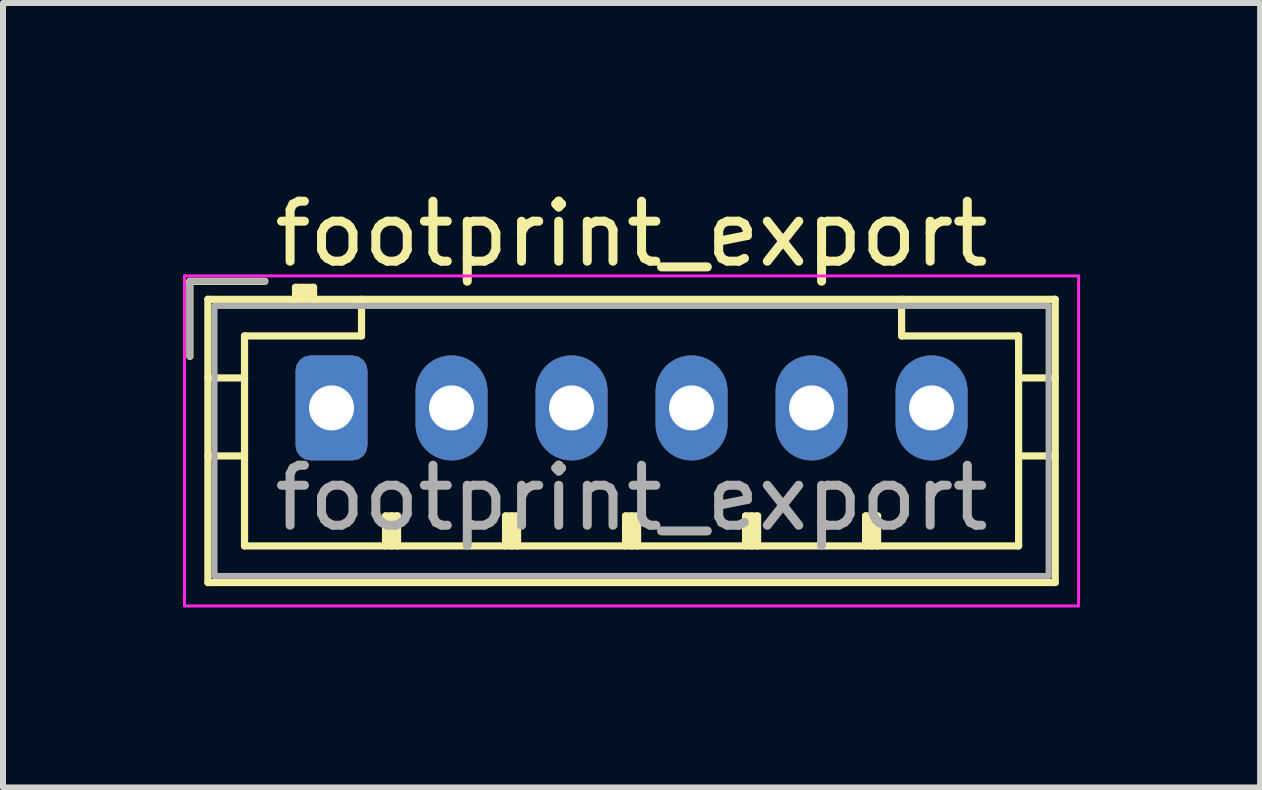
<source format=kicad_pcb>
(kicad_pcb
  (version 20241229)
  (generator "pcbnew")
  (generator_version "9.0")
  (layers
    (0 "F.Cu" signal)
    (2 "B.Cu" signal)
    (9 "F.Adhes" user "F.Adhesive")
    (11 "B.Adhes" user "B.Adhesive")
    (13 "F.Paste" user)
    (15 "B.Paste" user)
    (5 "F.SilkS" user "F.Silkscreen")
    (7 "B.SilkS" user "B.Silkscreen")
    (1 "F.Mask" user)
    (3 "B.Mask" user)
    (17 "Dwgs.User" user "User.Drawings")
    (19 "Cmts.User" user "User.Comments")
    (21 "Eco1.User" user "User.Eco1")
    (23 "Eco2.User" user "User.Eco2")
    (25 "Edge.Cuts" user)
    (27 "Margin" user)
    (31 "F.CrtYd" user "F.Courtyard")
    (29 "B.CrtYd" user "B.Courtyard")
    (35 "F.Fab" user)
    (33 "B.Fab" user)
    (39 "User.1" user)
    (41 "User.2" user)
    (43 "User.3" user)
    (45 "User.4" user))
  (footprint "footprint_export"
    (layer "F.Cu")
    (at 2.475 3.748)
    (property "Reference" "footprint_export" (at 5 -2.9 0) (layer "F.SilkS") (effects (font (size 1 1) (thickness 0.15))))
    (attr through_hole)
    (fp_line (start -2.36 -2.11) (end -2.36 -0.86) (stroke (width 0.12) (type solid)) (layer "F.SilkS"))
    (fp_line (start -2.06 -1.81) (end -2.06 2.91) (stroke (width 0.12) (type solid)) (layer "F.SilkS"))
    (fp_line (start -2.06 -0.5) (end -1.45 -0.5) (stroke (width 0.12) (type solid)) (layer "F.SilkS"))
    (fp_line (start -2.06 0.8) (end -1.45 0.8) (stroke (width 0.12) (type solid)) (layer "F.SilkS"))
    (fp_line (start -2.06 2.91) (end 12.06 2.91) (stroke (width 0.12) (type solid)) (layer "F.SilkS"))
    (fp_line (start -1.45 -1.2) (end -1.45 2.3) (stroke (width 0.12) (type solid)) (layer "F.SilkS"))
    (fp_line (start -1.45 2.3) (end 11.45 2.3) (stroke (width 0.12) (type solid)) (layer "F.SilkS"))
    (fp_line (start -1.11 -2.11) (end -2.36 -2.11) (stroke (width 0.12) (type solid)) (layer "F.SilkS"))
    (fp_line (start -0.6 -2.01) (end -0.6 -1.81) (stroke (width 0.12) (type solid)) (layer "F.SilkS"))
    (fp_line (start -0.3 -2.01) (end -0.6 -2.01) (stroke (width 0.12) (type solid)) (layer "F.SilkS"))
    (fp_line (start -0.3 -1.91) (end -0.6 -1.91) (stroke (width 0.12) (type solid)) (layer "F.SilkS"))
    (fp_line (start -0.3 -1.81) (end -0.3 -2.01) (stroke (width 0.12) (type solid)) (layer "F.SilkS"))
    (fp_line (start 0.5 -1.81) (end 0.5 -1.2) (stroke (width 0.12) (type solid)) (layer "F.SilkS"))
    (fp_line (start 0.5 -1.2) (end -1.45 -1.2) (stroke (width 0.12) (type solid)) (layer "F.SilkS"))
    (fp_line (start 0.9 1.8) (end 1.1 1.8) (stroke (width 0.12) (type solid)) (layer "F.SilkS"))
    (fp_line (start 0.9 2.3) (end 0.9 1.8) (stroke (width 0.12) (type solid)) (layer "F.SilkS"))
    (fp_line (start 1 2.3) (end 1 1.8) (stroke (width 0.12) (type solid)) (layer "F.SilkS"))
    (fp_line (start 1.1 1.8) (end 1.1 2.3) (stroke (width 0.12) (type solid)) (layer "F.SilkS"))
    (fp_line (start 2.9 1.8) (end 3.1 1.8) (stroke (width 0.12) (type solid)) (layer "F.SilkS"))
    (fp_line (start 2.9 2.3) (end 2.9 1.8) (stroke (width 0.12) (type solid)) (layer "F.SilkS"))
    (fp_line (start 3 2.3) (end 3 1.8) (stroke (width 0.12) (type solid)) (layer "F.SilkS"))
    (fp_line (start 3.1 1.8) (end 3.1 2.3) (stroke (width 0.12) (type solid)) (layer "F.SilkS"))
    (fp_line (start 4.9 1.8) (end 5.1 1.8) (stroke (width 0.12) (type solid)) (layer "F.SilkS"))
    (fp_line (start 4.9 2.3) (end 4.9 1.8) (stroke (width 0.12) (type solid)) (layer "F.SilkS"))
    (fp_line (start 5 2.3) (end 5 1.8) (stroke (width 0.12) (type solid)) (layer "F.SilkS"))
    (fp_line (start 5.1 1.8) (end 5.1 2.3) (stroke (width 0.12) (type solid)) (layer "F.SilkS"))
    (fp_line (start 6.9 1.8) (end 7.1 1.8) (stroke (width 0.12) (type solid)) (layer "F.SilkS"))
    (fp_line (start 6.9 2.3) (end 6.9 1.8) (stroke (width 0.12) (type solid)) (layer "F.SilkS"))
    (fp_line (start 7 2.3) (end 7 1.8) (stroke (width 0.12) (type solid)) (layer "F.SilkS"))
    (fp_line (start 7.1 1.8) (end 7.1 2.3) (stroke (width 0.12) (type solid)) (layer "F.SilkS"))
    (fp_line (start 8.9 1.8) (end 9.1 1.8) (stroke (width 0.12) (type solid)) (layer "F.SilkS"))
    (fp_line (start 8.9 2.3) (end 8.9 1.8) (stroke (width 0.12) (type solid)) (layer "F.SilkS"))
    (fp_line (start 9 2.3) (end 9 1.8) (stroke (width 0.12) (type solid)) (layer "F.SilkS"))
    (fp_line (start 9.1 1.8) (end 9.1 2.3) (stroke (width 0.12) (type solid)) (layer "F.SilkS"))
    (fp_line (start 9.5 -1.2) (end 9.5 -1.81) (stroke (width 0.12) (type solid)) (layer "F.SilkS"))
    (fp_line (start 11.45 -1.2) (end 9.5 -1.2) (stroke (width 0.12) (type solid)) (layer "F.SilkS"))
    (fp_line (start 11.45 2.3) (end 11.45 -1.2) (stroke (width 0.12) (type solid)) (layer "F.SilkS"))
    (fp_line (start 12.06 -1.81) (end -2.06 -1.81) (stroke (width 0.12) (type solid)) (layer "F.SilkS"))
    (fp_line (start 12.06 -0.5) (end 11.45 -0.5) (stroke (width 0.12) (type solid)) (layer "F.SilkS"))
    (fp_line (start 12.06 0.8) (end 11.45 0.8) (stroke (width 0.12) (type solid)) (layer "F.SilkS"))
    (fp_line (start 12.06 2.91) (end 12.06 -1.81) (stroke (width 0.12) (type solid)) (layer "F.SilkS"))
    (fp_line (start -2.45 -2.2) (end -2.45 3.3) (stroke (width 0.05) (type solid)) (layer "F.CrtYd"))
    (fp_line (start -2.45 3.3) (end 12.45 3.3) (stroke (width 0.05) (type solid)) (layer "F.CrtYd"))
    (fp_line (start 12.45 -2.2) (end -2.45 -2.2) (stroke (width 0.05) (type solid)) (layer "F.CrtYd"))
    (fp_line (start 12.45 3.3) (end 12.45 -2.2) (stroke (width 0.05) (type solid)) (layer "F.CrtYd"))
    (fp_line (start -2.36 -2.11) (end -2.36 -0.86) (stroke (width 0.1) (type solid)) (layer "F.Fab"))
    (fp_line (start -1.95 -1.7) (end -1.95 2.8) (stroke (width 0.1) (type solid)) (layer "F.Fab"))
    (fp_line (start -1.95 2.8) (end 11.95 2.8) (stroke (width 0.1) (type solid)) (layer "F.Fab"))
    (fp_line (start -1.11 -2.11) (end -2.36 -2.11) (stroke (width 0.1) (type solid)) (layer "F.Fab"))
    (fp_line (start 11.95 -1.7) (end -1.95 -1.7) (stroke (width 0.1) (type solid)) (layer "F.Fab"))
    (fp_line (start 11.95 2.8) (end 11.95 -1.7) (stroke (width 0.1) (type solid)) (layer "F.Fab"))
    (fp_text user "${REFERENCE}" (at 5 1.5 0) (layer "F.Fab") (effects (font (size 1 1) (thickness 0.15))))
    (pad "1" thru_hole roundrect (at 0 0) (size 1.2 1.75) (drill 0.75) (layers "*.Cu" "*.Mask") (roundrect_rratio 0.208))
    (pad "2" thru_hole oval (at 2 0) (size 1.2 1.75) (drill 0.75) (layers "*.Cu" "*.Mask"))
    (pad "3" thru_hole oval (at 4 0) (size 1.2 1.75) (drill 0.75) (layers "*.Cu" "*.Mask"))
    (pad "4" thru_hole oval (at 6 0) (size 1.2 1.75) (drill 0.75) (layers "*.Cu" "*.Mask"))
    (pad "5" thru_hole oval (at 8 0) (size 1.2 1.75) (drill 0.75) (layers "*.Cu" "*.Mask"))
    (pad "6" thru_hole oval (at 10 0) (size 1.2 1.75) (drill 0.75) (layers "*.Cu" "*.Mask")))
  (gr_rect
    (start -3 -3)
    (end 17.95 10.073)
    (stroke (width 0.1) (type default))
    (fill no)
    (layer "Edge.Cuts")))
</source>
